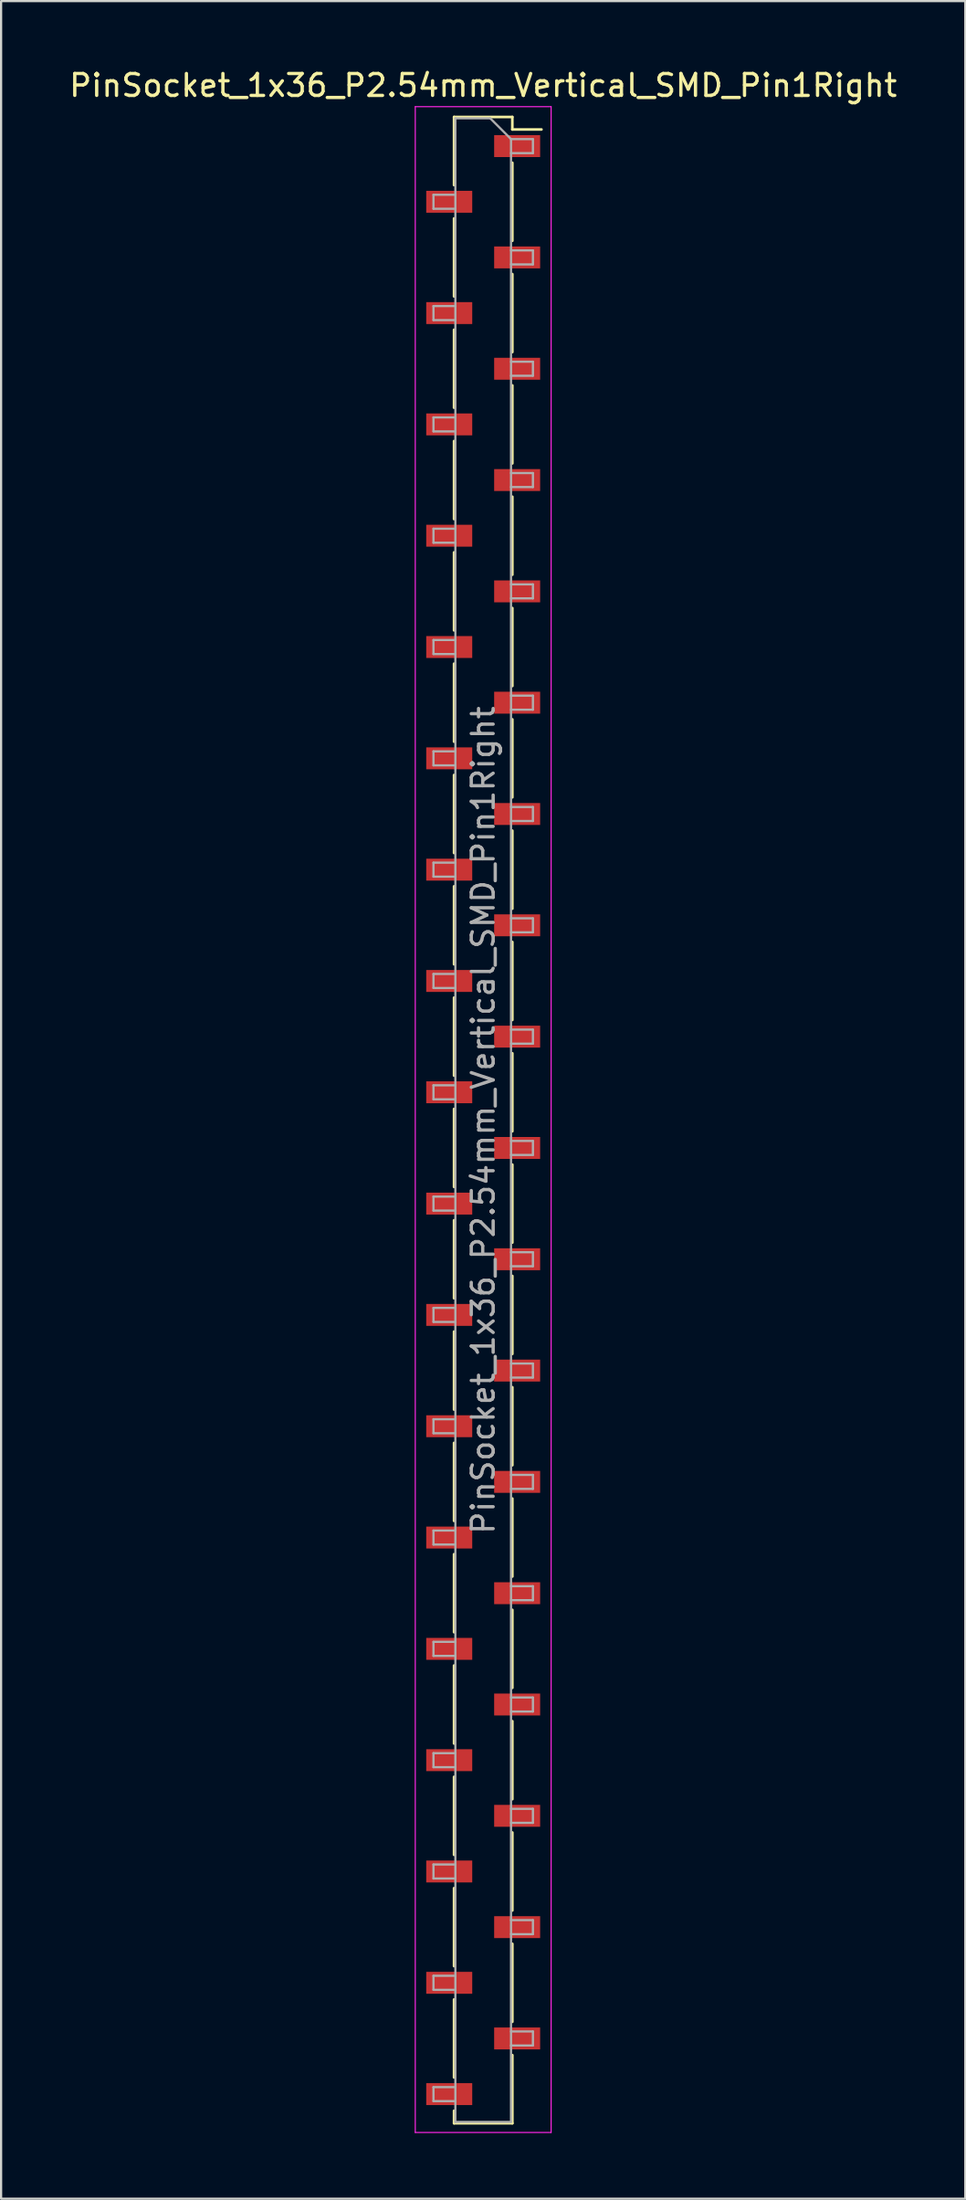
<source format=kicad_pcb>
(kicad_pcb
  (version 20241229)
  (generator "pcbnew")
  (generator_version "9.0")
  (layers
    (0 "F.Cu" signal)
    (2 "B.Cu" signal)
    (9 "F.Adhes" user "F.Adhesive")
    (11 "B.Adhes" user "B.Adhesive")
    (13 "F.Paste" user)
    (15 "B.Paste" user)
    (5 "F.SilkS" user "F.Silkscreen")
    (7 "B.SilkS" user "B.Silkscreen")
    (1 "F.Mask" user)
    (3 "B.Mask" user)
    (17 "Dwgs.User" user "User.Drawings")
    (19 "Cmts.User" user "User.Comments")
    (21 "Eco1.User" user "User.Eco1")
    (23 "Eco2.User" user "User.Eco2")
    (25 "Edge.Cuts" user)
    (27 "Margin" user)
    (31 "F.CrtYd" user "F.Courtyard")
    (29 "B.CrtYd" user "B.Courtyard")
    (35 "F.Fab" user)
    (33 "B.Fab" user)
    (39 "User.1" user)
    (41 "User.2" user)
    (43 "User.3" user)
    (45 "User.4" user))
  (footprint "PinSocket_1x36_P2.54mm_Vertical_SMD_Pin1Right"
    (layer "F.Cu")
    (at 19.006 48.068)
    (property "Reference" "PinSocket_1x36_P2.54mm_Vertical_SMD_Pin1Right" (at 0 -47.22 0) (layer "F.SilkS") (effects (font (size 1 1) (thickness 0.15))))
    (attr smd)
    (fp_line (start -1.33 -45.78) (end -1.33 -42.67) (stroke (width 0.12) (type solid)) (layer "F.SilkS"))
    (fp_line (start -1.33 -45.78) (end 1.33 -45.78) (stroke (width 0.12) (type solid)) (layer "F.SilkS"))
    (fp_line (start -1.33 -41.15) (end -1.33 -37.59) (stroke (width 0.12) (type solid)) (layer "F.SilkS"))
    (fp_line (start -1.33 -36.07) (end -1.33 -32.51) (stroke (width 0.12) (type solid)) (layer "F.SilkS"))
    (fp_line (start -1.33 -30.99) (end -1.33 -27.43) (stroke (width 0.12) (type solid)) (layer "F.SilkS"))
    (fp_line (start -1.33 -25.91) (end -1.33 -22.35) (stroke (width 0.12) (type solid)) (layer "F.SilkS"))
    (fp_line (start -1.33 -20.83) (end -1.33 -17.27) (stroke (width 0.12) (type solid)) (layer "F.SilkS"))
    (fp_line (start -1.33 -15.75) (end -1.33 -12.19) (stroke (width 0.12) (type solid)) (layer "F.SilkS"))
    (fp_line (start -1.33 -10.67) (end -1.33 -7.11) (stroke (width 0.12) (type solid)) (layer "F.SilkS"))
    (fp_line (start -1.33 -5.59) (end -1.33 -2.03) (stroke (width 0.12) (type solid)) (layer "F.SilkS"))
    (fp_line (start -1.33 -0.51) (end -1.33 3.05) (stroke (width 0.12) (type solid)) (layer "F.SilkS"))
    (fp_line (start -1.33 4.57) (end -1.33 8.13) (stroke (width 0.12) (type solid)) (layer "F.SilkS"))
    (fp_line (start -1.33 9.65) (end -1.33 13.21) (stroke (width 0.12) (type solid)) (layer "F.SilkS"))
    (fp_line (start -1.33 14.73) (end -1.33 18.29) (stroke (width 0.12) (type solid)) (layer "F.SilkS"))
    (fp_line (start -1.33 19.81) (end -1.33 23.37) (stroke (width 0.12) (type solid)) (layer "F.SilkS"))
    (fp_line (start -1.33 24.89) (end -1.33 28.45) (stroke (width 0.12) (type solid)) (layer "F.SilkS"))
    (fp_line (start -1.33 29.97) (end -1.33 33.53) (stroke (width 0.12) (type solid)) (layer "F.SilkS"))
    (fp_line (start -1.33 35.05) (end -1.33 38.61) (stroke (width 0.12) (type solid)) (layer "F.SilkS"))
    (fp_line (start -1.33 40.13) (end -1.33 43.69) (stroke (width 0.12) (type solid)) (layer "F.SilkS"))
    (fp_line (start -1.33 45.78) (end -1.33 45.21) (stroke (width 0.12) (type solid)) (layer "F.SilkS"))
    (fp_line (start 1.33 -45.78) (end 1.33 -45.21) (stroke (width 0.12) (type solid)) (layer "F.SilkS"))
    (fp_line (start 1.33 -45.21) (end 2.66 -45.21) (stroke (width 0.12) (type solid)) (layer "F.SilkS"))
    (fp_line (start 1.33 -43.69) (end 1.33 -40.13) (stroke (width 0.12) (type solid)) (layer "F.SilkS"))
    (fp_line (start 1.33 -38.61) (end 1.33 -35.05) (stroke (width 0.12) (type solid)) (layer "F.SilkS"))
    (fp_line (start 1.33 -33.53) (end 1.33 -29.97) (stroke (width 0.12) (type solid)) (layer "F.SilkS"))
    (fp_line (start 1.33 -28.45) (end 1.33 -24.89) (stroke (width 0.12) (type solid)) (layer "F.SilkS"))
    (fp_line (start 1.33 -23.37) (end 1.33 -19.81) (stroke (width 0.12) (type solid)) (layer "F.SilkS"))
    (fp_line (start 1.33 -18.29) (end 1.33 -14.73) (stroke (width 0.12) (type solid)) (layer "F.SilkS"))
    (fp_line (start 1.33 -13.21) (end 1.33 -9.65) (stroke (width 0.12) (type solid)) (layer "F.SilkS"))
    (fp_line (start 1.33 -8.13) (end 1.33 -4.57) (stroke (width 0.12) (type solid)) (layer "F.SilkS"))
    (fp_line (start 1.33 -3.05) (end 1.33 0.51) (stroke (width 0.12) (type solid)) (layer "F.SilkS"))
    (fp_line (start 1.33 2.03) (end 1.33 5.59) (stroke (width 0.12) (type solid)) (layer "F.SilkS"))
    (fp_line (start 1.33 7.11) (end 1.33 10.67) (stroke (width 0.12) (type solid)) (layer "F.SilkS"))
    (fp_line (start 1.33 12.19) (end 1.33 15.75) (stroke (width 0.12) (type solid)) (layer "F.SilkS"))
    (fp_line (start 1.33 17.27) (end 1.33 20.83) (stroke (width 0.12) (type solid)) (layer "F.SilkS"))
    (fp_line (start 1.33 22.35) (end 1.33 25.91) (stroke (width 0.12) (type solid)) (layer "F.SilkS"))
    (fp_line (start 1.33 27.43) (end 1.33 30.99) (stroke (width 0.12) (type solid)) (layer "F.SilkS"))
    (fp_line (start 1.33 32.51) (end 1.33 36.07) (stroke (width 0.12) (type solid)) (layer "F.SilkS"))
    (fp_line (start 1.33 37.59) (end 1.33 41.15) (stroke (width 0.12) (type solid)) (layer "F.SilkS"))
    (fp_line (start 1.33 42.67) (end 1.33 45.78) (stroke (width 0.12) (type solid)) (layer "F.SilkS"))
    (fp_line (start 1.33 45.78) (end -1.33 45.78) (stroke (width 0.12) (type solid)) (layer "F.SilkS"))
    (fp_line (start -3.1 -46.25) (end 3.1 -46.25) (stroke (width 0.05) (type solid)) (layer "F.CrtYd"))
    (fp_line (start -3.1 46.2) (end -3.1 -46.25) (stroke (width 0.05) (type solid)) (layer "F.CrtYd"))
    (fp_line (start 3.1 -46.25) (end 3.1 46.2) (stroke (width 0.05) (type solid)) (layer "F.CrtYd"))
    (fp_line (start 3.1 46.2) (end -3.1 46.2) (stroke (width 0.05) (type solid)) (layer "F.CrtYd"))
    (fp_line (start -2.27 -42.23) (end -1.27 -42.23) (stroke (width 0.1) (type solid)) (layer "F.Fab"))
    (fp_line (start -2.27 -41.59) (end -2.27 -42.23) (stroke (width 0.1) (type solid)) (layer "F.Fab"))
    (fp_line (start -2.27 -37.15) (end -1.27 -37.15) (stroke (width 0.1) (type solid)) (layer "F.Fab"))
    (fp_line (start -2.27 -36.51) (end -2.27 -37.15) (stroke (width 0.1) (type solid)) (layer "F.Fab"))
    (fp_line (start -2.27 -32.07) (end -1.27 -32.07) (stroke (width 0.1) (type solid)) (layer "F.Fab"))
    (fp_line (start -2.27 -31.43) (end -2.27 -32.07) (stroke (width 0.1) (type solid)) (layer "F.Fab"))
    (fp_line (start -2.27 -26.99) (end -1.27 -26.99) (stroke (width 0.1) (type solid)) (layer "F.Fab"))
    (fp_line (start -2.27 -26.35) (end -2.27 -26.99) (stroke (width 0.1) (type solid)) (layer "F.Fab"))
    (fp_line (start -2.27 -21.91) (end -1.27 -21.91) (stroke (width 0.1) (type solid)) (layer "F.Fab"))
    (fp_line (start -2.27 -21.27) (end -2.27 -21.91) (stroke (width 0.1) (type solid)) (layer "F.Fab"))
    (fp_line (start -2.27 -16.83) (end -1.27 -16.83) (stroke (width 0.1) (type solid)) (layer "F.Fab"))
    (fp_line (start -2.27 -16.19) (end -2.27 -16.83) (stroke (width 0.1) (type solid)) (layer "F.Fab"))
    (fp_line (start -2.27 -11.75) (end -1.27 -11.75) (stroke (width 0.1) (type solid)) (layer "F.Fab"))
    (fp_line (start -2.27 -11.11) (end -2.27 -11.75) (stroke (width 0.1) (type solid)) (layer "F.Fab"))
    (fp_line (start -2.27 -6.67) (end -1.27 -6.67) (stroke (width 0.1) (type solid)) (layer "F.Fab"))
    (fp_line (start -2.27 -6.03) (end -2.27 -6.67) (stroke (width 0.1) (type solid)) (layer "F.Fab"))
    (fp_line (start -2.27 -1.59) (end -1.27 -1.59) (stroke (width 0.1) (type solid)) (layer "F.Fab"))
    (fp_line (start -2.27 -0.95) (end -2.27 -1.59) (stroke (width 0.1) (type solid)) (layer "F.Fab"))
    (fp_line (start -2.27 3.49) (end -1.27 3.49) (stroke (width 0.1) (type solid)) (layer "F.Fab"))
    (fp_line (start -2.27 4.13) (end -2.27 3.49) (stroke (width 0.1) (type solid)) (layer "F.Fab"))
    (fp_line (start -2.27 8.57) (end -1.27 8.57) (stroke (width 0.1) (type solid)) (layer "F.Fab"))
    (fp_line (start -2.27 9.21) (end -2.27 8.57) (stroke (width 0.1) (type solid)) (layer "F.Fab"))
    (fp_line (start -2.27 13.65) (end -1.27 13.65) (stroke (width 0.1) (type solid)) (layer "F.Fab"))
    (fp_line (start -2.27 14.29) (end -2.27 13.65) (stroke (width 0.1) (type solid)) (layer "F.Fab"))
    (fp_line (start -2.27 18.73) (end -1.27 18.73) (stroke (width 0.1) (type solid)) (layer "F.Fab"))
    (fp_line (start -2.27 19.37) (end -2.27 18.73) (stroke (width 0.1) (type solid)) (layer "F.Fab"))
    (fp_line (start -2.27 23.81) (end -1.27 23.81) (stroke (width 0.1) (type solid)) (layer "F.Fab"))
    (fp_line (start -2.27 24.45) (end -2.27 23.81) (stroke (width 0.1) (type solid)) (layer "F.Fab"))
    (fp_line (start -2.27 28.89) (end -1.27 28.89) (stroke (width 0.1) (type solid)) (layer "F.Fab"))
    (fp_line (start -2.27 29.53) (end -2.27 28.89) (stroke (width 0.1) (type solid)) (layer "F.Fab"))
    (fp_line (start -2.27 33.97) (end -1.27 33.97) (stroke (width 0.1) (type solid)) (layer "F.Fab"))
    (fp_line (start -2.27 34.61) (end -2.27 33.97) (stroke (width 0.1) (type solid)) (layer "F.Fab"))
    (fp_line (start -2.27 39.05) (end -1.27 39.05) (stroke (width 0.1) (type solid)) (layer "F.Fab"))
    (fp_line (start -2.27 39.69) (end -2.27 39.05) (stroke (width 0.1) (type solid)) (layer "F.Fab"))
    (fp_line (start -2.27 44.13) (end -1.27 44.13) (stroke (width 0.1) (type solid)) (layer "F.Fab"))
    (fp_line (start -2.27 44.77) (end -2.27 44.13) (stroke (width 0.1) (type solid)) (layer "F.Fab"))
    (fp_line (start -1.27 -45.72) (end 0.32 -45.72) (stroke (width 0.1) (type solid)) (layer "F.Fab"))
    (fp_line (start -1.27 -41.59) (end -2.27 -41.59) (stroke (width 0.1) (type solid)) (layer "F.Fab"))
    (fp_line (start -1.27 -36.51) (end -2.27 -36.51) (stroke (width 0.1) (type solid)) (layer "F.Fab"))
    (fp_line (start -1.27 -31.43) (end -2.27 -31.43) (stroke (width 0.1) (type solid)) (layer "F.Fab"))
    (fp_line (start -1.27 -26.35) (end -2.27 -26.35) (stroke (width 0.1) (type solid)) (layer "F.Fab"))
    (fp_line (start -1.27 -21.27) (end -2.27 -21.27) (stroke (width 0.1) (type solid)) (layer "F.Fab"))
    (fp_line (start -1.27 -16.19) (end -2.27 -16.19) (stroke (width 0.1) (type solid)) (layer "F.Fab"))
    (fp_line (start -1.27 -11.11) (end -2.27 -11.11) (stroke (width 0.1) (type solid)) (layer "F.Fab"))
    (fp_line (start -1.27 -6.03) (end -2.27 -6.03) (stroke (width 0.1) (type solid)) (layer "F.Fab"))
    (fp_line (start -1.27 -0.95) (end -2.27 -0.95) (stroke (width 0.1) (type solid)) (layer "F.Fab"))
    (fp_line (start -1.27 4.13) (end -2.27 4.13) (stroke (width 0.1) (type solid)) (layer "F.Fab"))
    (fp_line (start -1.27 9.21) (end -2.27 9.21) (stroke (width 0.1) (type solid)) (layer "F.Fab"))
    (fp_line (start -1.27 14.29) (end -2.27 14.29) (stroke (width 0.1) (type solid)) (layer "F.Fab"))
    (fp_line (start -1.27 19.37) (end -2.27 19.37) (stroke (width 0.1) (type solid)) (layer "F.Fab"))
    (fp_line (start -1.27 24.45) (end -2.27 24.45) (stroke (width 0.1) (type solid)) (layer "F.Fab"))
    (fp_line (start -1.27 29.53) (end -2.27 29.53) (stroke (width 0.1) (type solid)) (layer "F.Fab"))
    (fp_line (start -1.27 34.61) (end -2.27 34.61) (stroke (width 0.1) (type solid)) (layer "F.Fab"))
    (fp_line (start -1.27 39.69) (end -2.27 39.69) (stroke (width 0.1) (type solid)) (layer "F.Fab"))
    (fp_line (start -1.27 44.77) (end -2.27 44.77) (stroke (width 0.1) (type solid)) (layer "F.Fab"))
    (fp_line (start -1.27 45.72) (end -1.27 -45.72) (stroke (width 0.1) (type solid)) (layer "F.Fab"))
    (fp_line (start 0.32 -45.72) (end 1.27 -44.77) (stroke (width 0.1) (type solid)) (layer "F.Fab"))
    (fp_line (start 1.27 -44.77) (end 1.27 45.72) (stroke (width 0.1) (type solid)) (layer "F.Fab"))
    (fp_line (start 1.27 -44.77) (end 2.27 -44.77) (stroke (width 0.1) (type solid)) (layer "F.Fab"))
    (fp_line (start 1.27 -39.69) (end 2.27 -39.69) (stroke (width 0.1) (type solid)) (layer "F.Fab"))
    (fp_line (start 1.27 -34.61) (end 2.27 -34.61) (stroke (width 0.1) (type solid)) (layer "F.Fab"))
    (fp_line (start 1.27 -29.53) (end 2.27 -29.53) (stroke (width 0.1) (type solid)) (layer "F.Fab"))
    (fp_line (start 1.27 -24.45) (end 2.27 -24.45) (stroke (width 0.1) (type solid)) (layer "F.Fab"))
    (fp_line (start 1.27 -19.37) (end 2.27 -19.37) (stroke (width 0.1) (type solid)) (layer "F.Fab"))
    (fp_line (start 1.27 -14.29) (end 2.27 -14.29) (stroke (width 0.1) (type solid)) (layer "F.Fab"))
    (fp_line (start 1.27 -9.21) (end 2.27 -9.21) (stroke (width 0.1) (type solid)) (layer "F.Fab"))
    (fp_line (start 1.27 -4.13) (end 2.27 -4.13) (stroke (width 0.1) (type solid)) (layer "F.Fab"))
    (fp_line (start 1.27 0.95) (end 2.27 0.95) (stroke (width 0.1) (type solid)) (layer "F.Fab"))
    (fp_line (start 1.27 6.03) (end 2.27 6.03) (stroke (width 0.1) (type solid)) (layer "F.Fab"))
    (fp_line (start 1.27 11.11) (end 2.27 11.11) (stroke (width 0.1) (type solid)) (layer "F.Fab"))
    (fp_line (start 1.27 16.19) (end 2.27 16.19) (stroke (width 0.1) (type solid)) (layer "F.Fab"))
    (fp_line (start 1.27 21.27) (end 2.27 21.27) (stroke (width 0.1) (type solid)) (layer "F.Fab"))
    (fp_line (start 1.27 26.35) (end 2.27 26.35) (stroke (width 0.1) (type solid)) (layer "F.Fab"))
    (fp_line (start 1.27 31.43) (end 2.27 31.43) (stroke (width 0.1) (type solid)) (layer "F.Fab"))
    (fp_line (start 1.27 36.51) (end 2.27 36.51) (stroke (width 0.1) (type solid)) (layer "F.Fab"))
    (fp_line (start 1.27 41.59) (end 2.27 41.59) (stroke (width 0.1) (type solid)) (layer "F.Fab"))
    (fp_line (start 1.27 45.72) (end -1.27 45.72) (stroke (width 0.1) (type solid)) (layer "F.Fab"))
    (fp_line (start 2.27 -44.77) (end 2.27 -44.13) (stroke (width 0.1) (type solid)) (layer "F.Fab"))
    (fp_line (start 2.27 -44.13) (end 1.27 -44.13) (stroke (width 0.1) (type solid)) (layer "F.Fab"))
    (fp_line (start 2.27 -39.69) (end 2.27 -39.05) (stroke (width 0.1) (type solid)) (layer "F.Fab"))
    (fp_line (start 2.27 -39.05) (end 1.27 -39.05) (stroke (width 0.1) (type solid)) (layer "F.Fab"))
    (fp_line (start 2.27 -34.61) (end 2.27 -33.97) (stroke (width 0.1) (type solid)) (layer "F.Fab"))
    (fp_line (start 2.27 -33.97) (end 1.27 -33.97) (stroke (width 0.1) (type solid)) (layer "F.Fab"))
    (fp_line (start 2.27 -29.53) (end 2.27 -28.89) (stroke (width 0.1) (type solid)) (layer "F.Fab"))
    (fp_line (start 2.27 -28.89) (end 1.27 -28.89) (stroke (width 0.1) (type solid)) (layer "F.Fab"))
    (fp_line (start 2.27 -24.45) (end 2.27 -23.81) (stroke (width 0.1) (type solid)) (layer "F.Fab"))
    (fp_line (start 2.27 -23.81) (end 1.27 -23.81) (stroke (width 0.1) (type solid)) (layer "F.Fab"))
    (fp_line (start 2.27 -19.37) (end 2.27 -18.73) (stroke (width 0.1) (type solid)) (layer "F.Fab"))
    (fp_line (start 2.27 -18.73) (end 1.27 -18.73) (stroke (width 0.1) (type solid)) (layer "F.Fab"))
    (fp_line (start 2.27 -14.29) (end 2.27 -13.65) (stroke (width 0.1) (type solid)) (layer "F.Fab"))
    (fp_line (start 2.27 -13.65) (end 1.27 -13.65) (stroke (width 0.1) (type solid)) (layer "F.Fab"))
    (fp_line (start 2.27 -9.21) (end 2.27 -8.57) (stroke (width 0.1) (type solid)) (layer "F.Fab"))
    (fp_line (start 2.27 -8.57) (end 1.27 -8.57) (stroke (width 0.1) (type solid)) (layer "F.Fab"))
    (fp_line (start 2.27 -4.13) (end 2.27 -3.49) (stroke (width 0.1) (type solid)) (layer "F.Fab"))
    (fp_line (start 2.27 -3.49) (end 1.27 -3.49) (stroke (width 0.1) (type solid)) (layer "F.Fab"))
    (fp_line (start 2.27 0.95) (end 2.27 1.59) (stroke (width 0.1) (type solid)) (layer "F.Fab"))
    (fp_line (start 2.27 1.59) (end 1.27 1.59) (stroke (width 0.1) (type solid)) (layer "F.Fab"))
    (fp_line (start 2.27 6.03) (end 2.27 6.67) (stroke (width 0.1) (type solid)) (layer "F.Fab"))
    (fp_line (start 2.27 6.67) (end 1.27 6.67) (stroke (width 0.1) (type solid)) (layer "F.Fab"))
    (fp_line (start 2.27 11.11) (end 2.27 11.75) (stroke (width 0.1) (type solid)) (layer "F.Fab"))
    (fp_line (start 2.27 11.75) (end 1.27 11.75) (stroke (width 0.1) (type solid)) (layer "F.Fab"))
    (fp_line (start 2.27 16.19) (end 2.27 16.83) (stroke (width 0.1) (type solid)) (layer "F.Fab"))
    (fp_line (start 2.27 16.83) (end 1.27 16.83) (stroke (width 0.1) (type solid)) (layer "F.Fab"))
    (fp_line (start 2.27 21.27) (end 2.27 21.91) (stroke (width 0.1) (type solid)) (layer "F.Fab"))
    (fp_line (start 2.27 21.91) (end 1.27 21.91) (stroke (width 0.1) (type solid)) (layer "F.Fab"))
    (fp_line (start 2.27 26.35) (end 2.27 26.99) (stroke (width 0.1) (type solid)) (layer "F.Fab"))
    (fp_line (start 2.27 26.99) (end 1.27 26.99) (stroke (width 0.1) (type solid)) (layer "F.Fab"))
    (fp_line (start 2.27 31.43) (end 2.27 32.07) (stroke (width 0.1) (type solid)) (layer "F.Fab"))
    (fp_line (start 2.27 32.07) (end 1.27 32.07) (stroke (width 0.1) (type solid)) (layer "F.Fab"))
    (fp_line (start 2.27 36.51) (end 2.27 37.15) (stroke (width 0.1) (type solid)) (layer "F.Fab"))
    (fp_line (start 2.27 37.15) (end 1.27 37.15) (stroke (width 0.1) (type solid)) (layer "F.Fab"))
    (fp_line (start 2.27 41.59) (end 2.27 42.23) (stroke (width 0.1) (type solid)) (layer "F.Fab"))
    (fp_line (start 2.27 42.23) (end 1.27 42.23) (stroke (width 0.1) (type solid)) (layer "F.Fab"))
    (fp_text user "${REFERENCE}" (at 0 0 90) (layer "F.Fab") (effects (font (size 1 1) (thickness 0.15))))
    (pad "1" smd rect (at 1.55 -44.45) (size 2.1 1) (layers "F.Cu" "F.Mask" "F.Paste"))
    (pad "2" smd rect (at -1.55 -41.91) (size 2.1 1) (layers "F.Cu" "F.Mask" "F.Paste"))
    (pad "3" smd rect (at 1.55 -39.37) (size 2.1 1) (layers "F.Cu" "F.Mask" "F.Paste"))
    (pad "4" smd rect (at -1.55 -36.83) (size 2.1 1) (layers "F.Cu" "F.Mask" "F.Paste"))
    (pad "5" smd rect (at 1.55 -34.29) (size 2.1 1) (layers "F.Cu" "F.Mask" "F.Paste"))
    (pad "6" smd rect (at -1.55 -31.75) (size 2.1 1) (layers "F.Cu" "F.Mask" "F.Paste"))
    (pad "7" smd rect (at 1.55 -29.21) (size 2.1 1) (layers "F.Cu" "F.Mask" "F.Paste"))
    (pad "8" smd rect (at -1.55 -26.67) (size 2.1 1) (layers "F.Cu" "F.Mask" "F.Paste"))
    (pad "9" smd rect (at 1.55 -24.13) (size 2.1 1) (layers "F.Cu" "F.Mask" "F.Paste"))
    (pad "10" smd rect (at -1.55 -21.59) (size 2.1 1) (layers "F.Cu" "F.Mask" "F.Paste"))
    (pad "11" smd rect (at 1.55 -19.05) (size 2.1 1) (layers "F.Cu" "F.Mask" "F.Paste"))
    (pad "12" smd rect (at -1.55 -16.51) (size 2.1 1) (layers "F.Cu" "F.Mask" "F.Paste"))
    (pad "13" smd rect (at 1.55 -13.97) (size 2.1 1) (layers "F.Cu" "F.Mask" "F.Paste"))
    (pad "14" smd rect (at -1.55 -11.43) (size 2.1 1) (layers "F.Cu" "F.Mask" "F.Paste"))
    (pad "15" smd rect (at 1.55 -8.89) (size 2.1 1) (layers "F.Cu" "F.Mask" "F.Paste"))
    (pad "16" smd rect (at -1.55 -6.35) (size 2.1 1) (layers "F.Cu" "F.Mask" "F.Paste"))
    (pad "17" smd rect (at 1.55 -3.81) (size 2.1 1) (layers "F.Cu" "F.Mask" "F.Paste"))
    (pad "18" smd rect (at -1.55 -1.27) (size 2.1 1) (layers "F.Cu" "F.Mask" "F.Paste"))
    (pad "19" smd rect (at 1.55 1.27) (size 2.1 1) (layers "F.Cu" "F.Mask" "F.Paste"))
    (pad "20" smd rect (at -1.55 3.81) (size 2.1 1) (layers "F.Cu" "F.Mask" "F.Paste"))
    (pad "21" smd rect (at 1.55 6.35) (size 2.1 1) (layers "F.Cu" "F.Mask" "F.Paste"))
    (pad "22" smd rect (at -1.55 8.89) (size 2.1 1) (layers "F.Cu" "F.Mask" "F.Paste"))
    (pad "23" smd rect (at 1.55 11.43) (size 2.1 1) (layers "F.Cu" "F.Mask" "F.Paste"))
    (pad "24" smd rect (at -1.55 13.97) (size 2.1 1) (layers "F.Cu" "F.Mask" "F.Paste"))
    (pad "25" smd rect (at 1.55 16.51) (size 2.1 1) (layers "F.Cu" "F.Mask" "F.Paste"))
    (pad "26" smd rect (at -1.55 19.05) (size 2.1 1) (layers "F.Cu" "F.Mask" "F.Paste"))
    (pad "27" smd rect (at 1.55 21.59) (size 2.1 1) (layers "F.Cu" "F.Mask" "F.Paste"))
    (pad "28" smd rect (at -1.55 24.13) (size 2.1 1) (layers "F.Cu" "F.Mask" "F.Paste"))
    (pad "29" smd rect (at 1.55 26.67) (size 2.1 1) (layers "F.Cu" "F.Mask" "F.Paste"))
    (pad "30" smd rect (at -1.55 29.21) (size 2.1 1) (layers "F.Cu" "F.Mask" "F.Paste"))
    (pad "31" smd rect (at 1.55 31.75) (size 2.1 1) (layers "F.Cu" "F.Mask" "F.Paste"))
    (pad "32" smd rect (at -1.55 34.29) (size 2.1 1) (layers "F.Cu" "F.Mask" "F.Paste"))
    (pad "33" smd rect (at 1.55 36.83) (size 2.1 1) (layers "F.Cu" "F.Mask" "F.Paste"))
    (pad "34" smd rect (at -1.55 39.37) (size 2.1 1) (layers "F.Cu" "F.Mask" "F.Paste"))
    (pad "35" smd rect (at 1.55 41.91) (size 2.1 1) (layers "F.Cu" "F.Mask" "F.Paste"))
    (pad "36" smd rect (at -1.55 44.45) (size 2.1 1) (layers "F.Cu" "F.Mask" "F.Paste")))
  (gr_rect
    (start -3 -3)
    (end 41.012 97.293)
    (stroke (width 0.1) (type default))
    (fill no)
    (layer "Edge.Cuts")))
</source>
